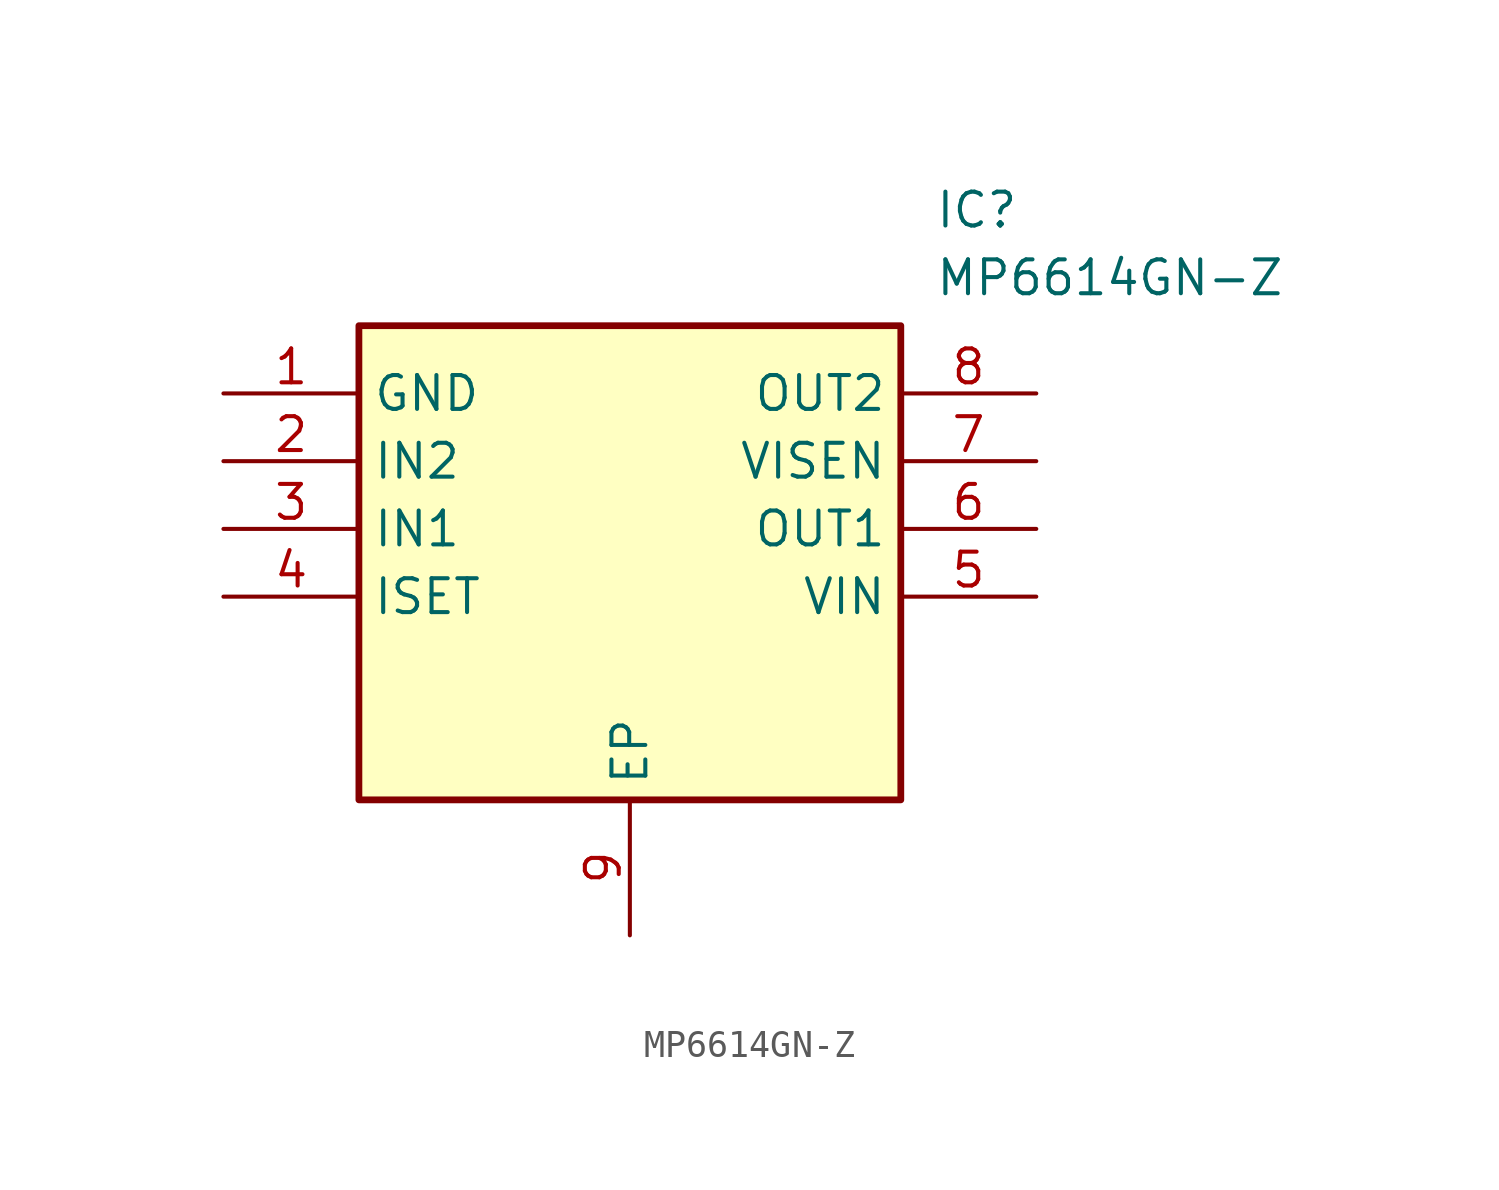
<source format=kicad_sym>
(kicad_symbol_lib
  (version 20211014)
  (generator SamacSys_ECAD_Model)
  (symbol "MP6614GN-Z"
    (property "Reference" "IC"
      (at 26.67 7.62 0)
      (effects (font (size 1.27 1.27)) (justify left top)))
    (property "Value" "MP6614GN-Z"
      (at 26.67 5.08 0)
      (effects (font (size 1.27 1.27)) (justify left top)))
    (rectangle
      (start 5.08 2.54)
      (end 25.4 -15.24)
      (stroke (width 0.254) (type default))
      (fill (type background)))
    (pin passive line
      (at 0 0 0)
      (length 5.08)
      (name "GND" (effects (font (size 1.27 1.27))))
      (number "1" (effects (font (size 1.27 1.27)))))
    (pin passive line
      (at 0 -2.54 0)
      (length 5.08)
      (name "IN2" (effects (font (size 1.27 1.27))))
      (number "2" (effects (font (size 1.27 1.27)))))
    (pin passive line
      (at 0 -5.08 0)
      (length 5.08)
      (name "IN1" (effects (font (size 1.27 1.27))))
      (number "3" (effects (font (size 1.27 1.27)))))
    (pin passive line
      (at 0 -7.62 0)
      (length 5.08)
      (name "ISET" (effects (font (size 1.27 1.27))))
      (number "4" (effects (font (size 1.27 1.27)))))
    (pin passive line
      (at 15.24 -20.32 90)
      (length 5.08)
      (name "EP" (effects (font (size 1.27 1.27))))
      (number "9" (effects (font (size 1.27 1.27)))))
    (pin passive line
      (at 30.48 0 180)
      (length 5.08)
      (name "OUT2" (effects (font (size 1.27 1.27))))
      (number "8" (effects (font (size 1.27 1.27)))))
    (pin passive line
      (at 30.48 -2.54 180)
      (length 5.08)
      (name "VISEN" (effects (font (size 1.27 1.27))))
      (number "7" (effects (font (size 1.27 1.27)))))
    (pin passive line
      (at 30.48 -5.08 180)
      (length 5.08)
      (name "OUT1" (effects (font (size 1.27 1.27))))
      (number "6" (effects (font (size 1.27 1.27)))))
    (pin passive line
      (at 30.48 -7.62 180)
      (length 5.08)
      (name "VIN" (effects (font (size 1.27 1.27))))
      (number "5" (effects (font (size 1.27 1.27)))))))
</source>
